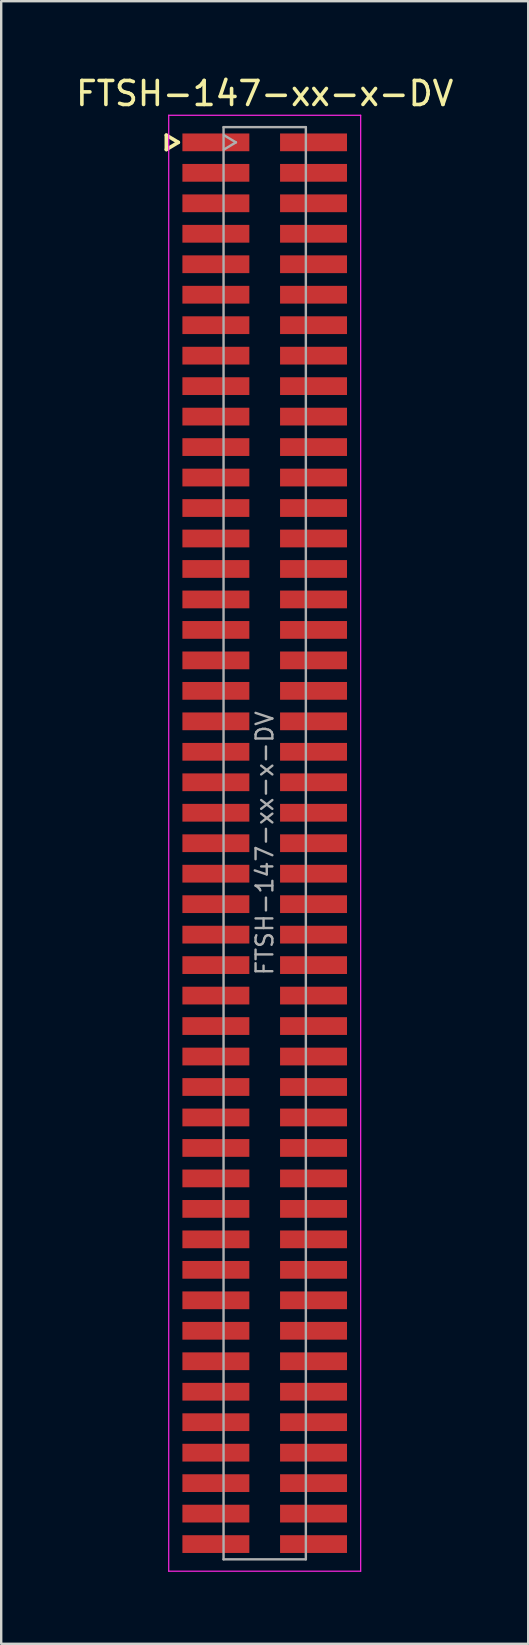
<source format=kicad_pcb>
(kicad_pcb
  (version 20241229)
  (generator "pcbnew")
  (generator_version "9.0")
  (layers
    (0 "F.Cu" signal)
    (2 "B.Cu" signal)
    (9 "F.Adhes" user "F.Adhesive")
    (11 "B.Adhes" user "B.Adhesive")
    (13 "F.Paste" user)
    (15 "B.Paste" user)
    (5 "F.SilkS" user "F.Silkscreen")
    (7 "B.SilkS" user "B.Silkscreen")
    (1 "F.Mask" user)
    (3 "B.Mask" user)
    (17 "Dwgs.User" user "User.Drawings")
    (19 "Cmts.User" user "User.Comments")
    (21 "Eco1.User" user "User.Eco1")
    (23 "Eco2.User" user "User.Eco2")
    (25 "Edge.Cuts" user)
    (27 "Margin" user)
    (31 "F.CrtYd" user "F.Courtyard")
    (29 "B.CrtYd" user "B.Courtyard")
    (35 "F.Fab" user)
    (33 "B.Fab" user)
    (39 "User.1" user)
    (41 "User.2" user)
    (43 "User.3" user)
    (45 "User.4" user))
  (footprint "FTSH-147-xx-x-DV"
    (layer "F.Cu")
    (at 7.982 32.093)
    (property "Reference" "FTSH-147-xx-x-DV" (at 0 -31.245 0) (layer "F.SilkS") (effects (font (size 1 1) (thickness 0.15))))
    (attr smd)
    (fp_line (start -4.1 -29.51) (end -4.1 -28.91) (stroke (width 0.15) (type solid)) (layer "F.SilkS"))
    (fp_line (start -4.1 -28.91) (end -3.6 -29.21) (stroke (width 0.15) (type solid)) (layer "F.SilkS"))
    (fp_line (start -3.6 -29.21) (end -4.1 -29.51) (stroke (width 0.15) (type solid)) (layer "F.SilkS"))
    (fp_line (start -4 -30.34) (end 4 -30.34) (stroke (width 0.05) (type solid)) (layer "F.CrtYd"))
    (fp_line (start -4 30.34) (end -4 -30.34) (stroke (width 0.05) (type solid)) (layer "F.CrtYd"))
    (fp_line (start 4 -30.34) (end 4 30.34) (stroke (width 0.05) (type solid)) (layer "F.CrtYd"))
    (fp_line (start 4 30.34) (end -4 30.34) (stroke (width 0.05) (type solid)) (layer "F.CrtYd"))
    (fp_line (start -1.715 -29.845) (end -1.715 29.845) (stroke (width 0.1) (type solid)) (layer "F.Fab"))
    (fp_line (start -1.715 -29.845) (end 1.715 -29.845) (stroke (width 0.1) (type solid)) (layer "F.Fab"))
    (fp_line (start -1.715 29.845) (end 1.715 29.845) (stroke (width 0.1) (type solid)) (layer "F.Fab"))
    (fp_line (start -1.7 -28.91) (end -1.2 -29.21) (stroke (width 0.1) (type solid)) (layer "F.Fab"))
    (fp_line (start -1.2 -29.21) (end -1.7 -29.51) (stroke (width 0.1) (type solid)) (layer "F.Fab"))
    (fp_line (start 1.715 -29.845) (end 1.715 29.845) (stroke (width 0.1) (type solid)) (layer "F.Fab"))
    (fp_text user "${REFERENCE}" (at 0 0 270) (layer "F.Fab") (effects (font (size 0.7 0.7) (thickness 0.1))))
    (pad "1" smd rect (at -2.035 -29.21) (size 2.79 0.74) (layers "F.Cu" "F.Mask" "F.Paste"))
    (pad "2" smd rect (at 2.035 -29.21) (size 2.79 0.74) (layers "F.Cu" "F.Mask" "F.Paste"))
    (pad "3" smd rect (at -2.035 -27.94) (size 2.79 0.74) (layers "F.Cu" "F.Mask" "F.Paste"))
    (pad "4" smd rect (at 2.035 -27.94) (size 2.79 0.74) (layers "F.Cu" "F.Mask" "F.Paste"))
    (pad "5" smd rect (at -2.035 -26.67) (size 2.79 0.74) (layers "F.Cu" "F.Mask" "F.Paste"))
    (pad "6" smd rect (at 2.035 -26.67) (size 2.79 0.74) (layers "F.Cu" "F.Mask" "F.Paste"))
    (pad "7" smd rect (at -2.035 -25.4) (size 2.79 0.74) (layers "F.Cu" "F.Mask" "F.Paste"))
    (pad "8" smd rect (at 2.035 -25.4) (size 2.79 0.74) (layers "F.Cu" "F.Mask" "F.Paste"))
    (pad "9" smd rect (at -2.035 -24.13) (size 2.79 0.74) (layers "F.Cu" "F.Mask" "F.Paste"))
    (pad "10" smd rect (at 2.035 -24.13) (size 2.79 0.74) (layers "F.Cu" "F.Mask" "F.Paste"))
    (pad "11" smd rect (at -2.035 -22.86) (size 2.79 0.74) (layers "F.Cu" "F.Mask" "F.Paste"))
    (pad "12" smd rect (at 2.035 -22.86) (size 2.79 0.74) (layers "F.Cu" "F.Mask" "F.Paste"))
    (pad "13" smd rect (at -2.035 -21.59) (size 2.79 0.74) (layers "F.Cu" "F.Mask" "F.Paste"))
    (pad "14" smd rect (at 2.035 -21.59) (size 2.79 0.74) (layers "F.Cu" "F.Mask" "F.Paste"))
    (pad "15" smd rect (at -2.035 -20.32) (size 2.79 0.74) (layers "F.Cu" "F.Mask" "F.Paste"))
    (pad "16" smd rect (at 2.035 -20.32) (size 2.79 0.74) (layers "F.Cu" "F.Mask" "F.Paste"))
    (pad "17" smd rect (at -2.035 -19.05) (size 2.79 0.74) (layers "F.Cu" "F.Mask" "F.Paste"))
    (pad "18" smd rect (at 2.035 -19.05) (size 2.79 0.74) (layers "F.Cu" "F.Mask" "F.Paste"))
    (pad "19" smd rect (at -2.035 -17.78) (size 2.79 0.74) (layers "F.Cu" "F.Mask" "F.Paste"))
    (pad "20" smd rect (at 2.035 -17.78) (size 2.79 0.74) (layers "F.Cu" "F.Mask" "F.Paste"))
    (pad "21" smd rect (at -2.035 -16.51) (size 2.79 0.74) (layers "F.Cu" "F.Mask" "F.Paste"))
    (pad "22" smd rect (at 2.035 -16.51) (size 2.79 0.74) (layers "F.Cu" "F.Mask" "F.Paste"))
    (pad "23" smd rect (at -2.035 -15.24) (size 2.79 0.74) (layers "F.Cu" "F.Mask" "F.Paste"))
    (pad "24" smd rect (at 2.035 -15.24) (size 2.79 0.74) (layers "F.Cu" "F.Mask" "F.Paste"))
    (pad "25" smd rect (at -2.035 -13.97) (size 2.79 0.74) (layers "F.Cu" "F.Mask" "F.Paste"))
    (pad "26" smd rect (at 2.035 -13.97) (size 2.79 0.74) (layers "F.Cu" "F.Mask" "F.Paste"))
    (pad "27" smd rect (at -2.035 -12.7) (size 2.79 0.74) (layers "F.Cu" "F.Mask" "F.Paste"))
    (pad "28" smd rect (at 2.035 -12.7) (size 2.79 0.74) (layers "F.Cu" "F.Mask" "F.Paste"))
    (pad "29" smd rect (at -2.035 -11.43) (size 2.79 0.74) (layers "F.Cu" "F.Mask" "F.Paste"))
    (pad "30" smd rect (at 2.035 -11.43) (size 2.79 0.74) (layers "F.Cu" "F.Mask" "F.Paste"))
    (pad "31" smd rect (at -2.035 -10.16) (size 2.79 0.74) (layers "F.Cu" "F.Mask" "F.Paste"))
    (pad "32" smd rect (at 2.035 -10.16) (size 2.79 0.74) (layers "F.Cu" "F.Mask" "F.Paste"))
    (pad "33" smd rect (at -2.035 -8.89) (size 2.79 0.74) (layers "F.Cu" "F.Mask" "F.Paste"))
    (pad "34" smd rect (at 2.035 -8.89) (size 2.79 0.74) (layers "F.Cu" "F.Mask" "F.Paste"))
    (pad "35" smd rect (at -2.035 -7.62) (size 2.79 0.74) (layers "F.Cu" "F.Mask" "F.Paste"))
    (pad "36" smd rect (at 2.035 -7.62) (size 2.79 0.74) (layers "F.Cu" "F.Mask" "F.Paste"))
    (pad "37" smd rect (at -2.035 -6.35) (size 2.79 0.74) (layers "F.Cu" "F.Mask" "F.Paste"))
    (pad "38" smd rect (at 2.035 -6.35) (size 2.79 0.74) (layers "F.Cu" "F.Mask" "F.Paste"))
    (pad "39" smd rect (at -2.035 -5.08) (size 2.79 0.74) (layers "F.Cu" "F.Mask" "F.Paste"))
    (pad "40" smd rect (at 2.035 -5.08) (size 2.79 0.74) (layers "F.Cu" "F.Mask" "F.Paste"))
    (pad "41" smd rect (at -2.035 -3.81) (size 2.79 0.74) (layers "F.Cu" "F.Mask" "F.Paste"))
    (pad "42" smd rect (at 2.035 -3.81) (size 2.79 0.74) (layers "F.Cu" "F.Mask" "F.Paste"))
    (pad "43" smd rect (at -2.035 -2.54) (size 2.79 0.74) (layers "F.Cu" "F.Mask" "F.Paste"))
    (pad "44" smd rect (at 2.035 -2.54) (size 2.79 0.74) (layers "F.Cu" "F.Mask" "F.Paste"))
    (pad "45" smd rect (at -2.035 -1.27) (size 2.79 0.74) (layers "F.Cu" "F.Mask" "F.Paste"))
    (pad "46" smd rect (at 2.035 -1.27) (size 2.79 0.74) (layers "F.Cu" "F.Mask" "F.Paste"))
    (pad "47" smd rect (at -2.035 0) (size 2.79 0.74) (layers "F.Cu" "F.Mask" "F.Paste"))
    (pad "48" smd rect (at 2.035 0) (size 2.79 0.74) (layers "F.Cu" "F.Mask" "F.Paste"))
    (pad "49" smd rect (at -2.035 1.27) (size 2.79 0.74) (layers "F.Cu" "F.Mask" "F.Paste"))
    (pad "50" smd rect (at 2.035 1.27) (size 2.79 0.74) (layers "F.Cu" "F.Mask" "F.Paste"))
    (pad "51" smd rect (at -2.035 2.54) (size 2.79 0.74) (layers "F.Cu" "F.Mask" "F.Paste"))
    (pad "52" smd rect (at 2.035 2.54) (size 2.79 0.74) (layers "F.Cu" "F.Mask" "F.Paste"))
    (pad "53" smd rect (at -2.035 3.81) (size 2.79 0.74) (layers "F.Cu" "F.Mask" "F.Paste"))
    (pad "54" smd rect (at 2.035 3.81) (size 2.79 0.74) (layers "F.Cu" "F.Mask" "F.Paste"))
    (pad "55" smd rect (at -2.035 5.08) (size 2.79 0.74) (layers "F.Cu" "F.Mask" "F.Paste"))
    (pad "56" smd rect (at 2.035 5.08) (size 2.79 0.74) (layers "F.Cu" "F.Mask" "F.Paste"))
    (pad "57" smd rect (at -2.035 6.35) (size 2.79 0.74) (layers "F.Cu" "F.Mask" "F.Paste"))
    (pad "58" smd rect (at 2.035 6.35) (size 2.79 0.74) (layers "F.Cu" "F.Mask" "F.Paste"))
    (pad "59" smd rect (at -2.035 7.62) (size 2.79 0.74) (layers "F.Cu" "F.Mask" "F.Paste"))
    (pad "60" smd rect (at 2.035 7.62) (size 2.79 0.74) (layers "F.Cu" "F.Mask" "F.Paste"))
    (pad "61" smd rect (at -2.035 8.89) (size 2.79 0.74) (layers "F.Cu" "F.Mask" "F.Paste"))
    (pad "62" smd rect (at 2.035 8.89) (size 2.79 0.74) (layers "F.Cu" "F.Mask" "F.Paste"))
    (pad "63" smd rect (at -2.035 10.16) (size 2.79 0.74) (layers "F.Cu" "F.Mask" "F.Paste"))
    (pad "64" smd rect (at 2.035 10.16) (size 2.79 0.74) (layers "F.Cu" "F.Mask" "F.Paste"))
    (pad "65" smd rect (at -2.035 11.43) (size 2.79 0.74) (layers "F.Cu" "F.Mask" "F.Paste"))
    (pad "66" smd rect (at 2.035 11.43) (size 2.79 0.74) (layers "F.Cu" "F.Mask" "F.Paste"))
    (pad "67" smd rect (at -2.035 12.7) (size 2.79 0.74) (layers "F.Cu" "F.Mask" "F.Paste"))
    (pad "68" smd rect (at 2.035 12.7) (size 2.79 0.74) (layers "F.Cu" "F.Mask" "F.Paste"))
    (pad "69" smd rect (at -2.035 13.97) (size 2.79 0.74) (layers "F.Cu" "F.Mask" "F.Paste"))
    (pad "70" smd rect (at 2.035 13.97) (size 2.79 0.74) (layers "F.Cu" "F.Mask" "F.Paste"))
    (pad "71" smd rect (at -2.035 15.24) (size 2.79 0.74) (layers "F.Cu" "F.Mask" "F.Paste"))
    (pad "72" smd rect (at 2.035 15.24) (size 2.79 0.74) (layers "F.Cu" "F.Mask" "F.Paste"))
    (pad "73" smd rect (at -2.035 16.51) (size 2.79 0.74) (layers "F.Cu" "F.Mask" "F.Paste"))
    (pad "74" smd rect (at 2.035 16.51) (size 2.79 0.74) (layers "F.Cu" "F.Mask" "F.Paste"))
    (pad "75" smd rect (at -2.035 17.78) (size 2.79 0.74) (layers "F.Cu" "F.Mask" "F.Paste"))
    (pad "76" smd rect (at 2.035 17.78) (size 2.79 0.74) (layers "F.Cu" "F.Mask" "F.Paste"))
    (pad "77" smd rect (at -2.035 19.05) (size 2.79 0.74) (layers "F.Cu" "F.Mask" "F.Paste"))
    (pad "78" smd rect (at 2.035 19.05) (size 2.79 0.74) (layers "F.Cu" "F.Mask" "F.Paste"))
    (pad "79" smd rect (at -2.035 20.32) (size 2.79 0.74) (layers "F.Cu" "F.Mask" "F.Paste"))
    (pad "80" smd rect (at 2.035 20.32) (size 2.79 0.74) (layers "F.Cu" "F.Mask" "F.Paste"))
    (pad "81" smd rect (at -2.035 21.59) (size 2.79 0.74) (layers "F.Cu" "F.Mask" "F.Paste"))
    (pad "82" smd rect (at 2.035 21.59) (size 2.79 0.74) (layers "F.Cu" "F.Mask" "F.Paste"))
    (pad "83" smd rect (at -2.035 22.86) (size 2.79 0.74) (layers "F.Cu" "F.Mask" "F.Paste"))
    (pad "84" smd rect (at 2.035 22.86) (size 2.79 0.74) (layers "F.Cu" "F.Mask" "F.Paste"))
    (pad "85" smd rect (at -2.035 24.13) (size 2.79 0.74) (layers "F.Cu" "F.Mask" "F.Paste"))
    (pad "86" smd rect (at 2.035 24.13) (size 2.79 0.74) (layers "F.Cu" "F.Mask" "F.Paste"))
    (pad "87" smd rect (at -2.035 25.4) (size 2.79 0.74) (layers "F.Cu" "F.Mask" "F.Paste"))
    (pad "88" smd rect (at 2.035 25.4) (size 2.79 0.74) (layers "F.Cu" "F.Mask" "F.Paste"))
    (pad "89" smd rect (at -2.035 26.67) (size 2.79 0.74) (layers "F.Cu" "F.Mask" "F.Paste"))
    (pad "90" smd rect (at 2.035 26.67) (size 2.79 0.74) (layers "F.Cu" "F.Mask" "F.Paste"))
    (pad "91" smd rect (at -2.035 27.94) (size 2.79 0.74) (layers "F.Cu" "F.Mask" "F.Paste"))
    (pad "92" smd rect (at 2.035 27.94) (size 2.79 0.74) (layers "F.Cu" "F.Mask" "F.Paste"))
    (pad "93" smd rect (at -2.035 29.21) (size 2.79 0.74) (layers "F.Cu" "F.Mask" "F.Paste"))
    (pad "94" smd rect (at 2.035 29.21) (size 2.79 0.74) (layers "F.Cu" "F.Mask" "F.Paste")))
  (gr_rect
    (start -3 -3)
    (end 18.964 65.458)
    (stroke (width 0.1) (type default))
    (fill no)
    (layer "Edge.Cuts")))
</source>
